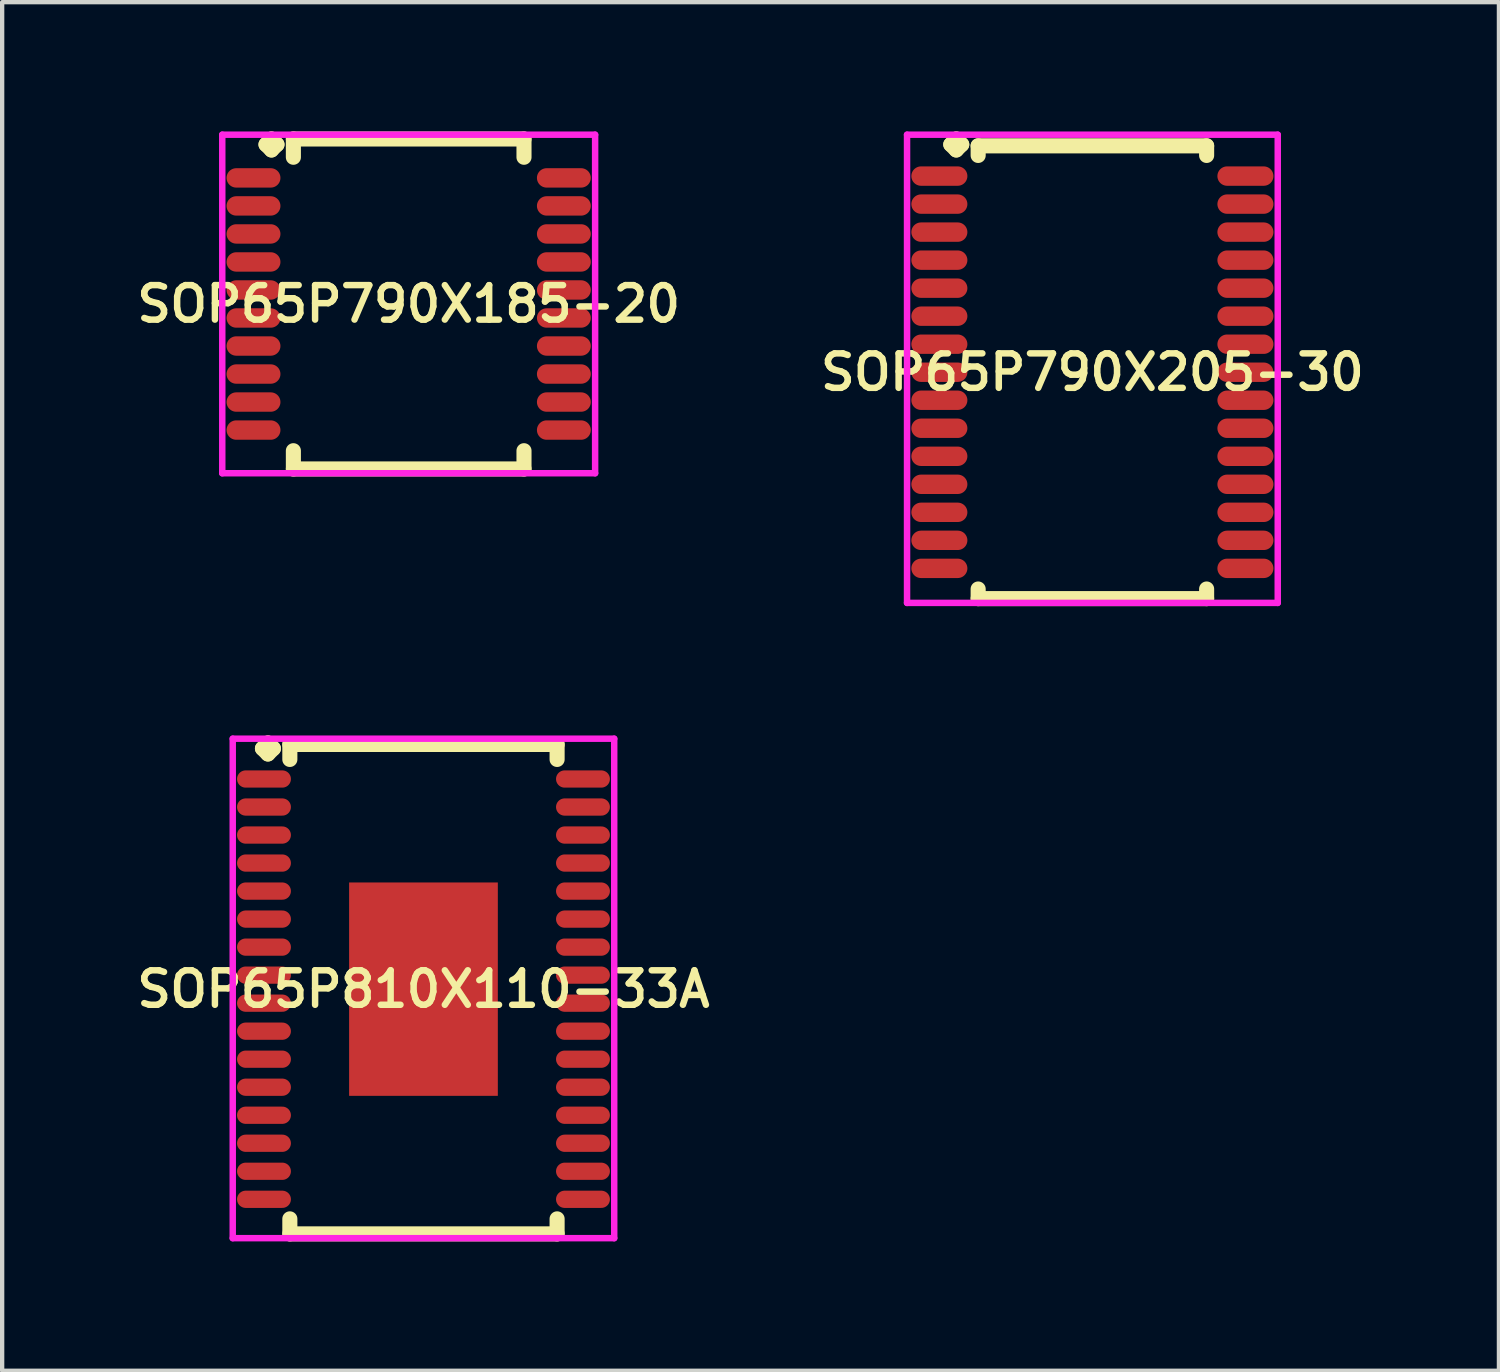
<source format=kicad_pcb>
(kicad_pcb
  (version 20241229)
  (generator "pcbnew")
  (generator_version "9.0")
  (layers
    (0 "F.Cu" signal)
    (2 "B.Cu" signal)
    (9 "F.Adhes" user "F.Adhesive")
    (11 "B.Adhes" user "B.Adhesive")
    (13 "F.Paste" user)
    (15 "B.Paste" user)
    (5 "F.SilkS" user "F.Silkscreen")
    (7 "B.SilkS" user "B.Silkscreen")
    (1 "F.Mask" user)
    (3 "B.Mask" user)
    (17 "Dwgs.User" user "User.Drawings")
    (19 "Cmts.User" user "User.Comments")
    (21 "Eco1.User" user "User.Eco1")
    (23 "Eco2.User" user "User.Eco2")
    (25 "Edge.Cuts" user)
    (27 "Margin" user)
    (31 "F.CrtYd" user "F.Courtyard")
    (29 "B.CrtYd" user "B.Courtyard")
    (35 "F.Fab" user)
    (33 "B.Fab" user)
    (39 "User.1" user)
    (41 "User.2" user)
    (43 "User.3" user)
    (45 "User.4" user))
  (footprint "SOP65P810X110-33A"
    (layer "F.Cu")
    (at 6.774 19.897)
    (property "Reference" "SOP65P810X110-33A" (at 0 0 0) (layer "F.SilkS") (effects (font (size 0.8 0.8) (thickness 0.15))))
    (attr smd)
    (fp_line (start -3.735 -5.583) (end -3.608 -5.71) (stroke (width 0.35) (type solid)) (layer "F.SilkS"))
    (fp_line (start -3.608 -5.71) (end -3.481 -5.583) (stroke (width 0.35) (type solid)) (layer "F.SilkS"))
    (fp_line (start -3.608 -5.456) (end -3.735 -5.583) (stroke (width 0.35) (type solid)) (layer "F.SilkS"))
    (fp_line (start -3.481 -5.583) (end -3.608 -5.456) (stroke (width 0.35) (type solid)) (layer "F.SilkS"))
    (fp_line (start -3.1 -5.677) (end 3.1 -5.677) (stroke (width 0.35) (type solid)) (layer "F.SilkS"))
    (fp_line (start -3.1 -5.329) (end -3.1 -5.677) (stroke (width 0.35) (type solid)) (layer "F.SilkS"))
    (fp_line (start -3.1 5.329) (end -3.1 5.677) (stroke (width 0.35) (type solid)) (layer "F.SilkS"))
    (fp_line (start -3.1 5.677) (end 3.1 5.677) (stroke (width 0.35) (type solid)) (layer "F.SilkS"))
    (fp_line (start 3.1 -5.677) (end 3.1 -5.329) (stroke (width 0.35) (type solid)) (layer "F.SilkS"))
    (fp_line (start 3.1 5.677) (end 3.1 5.329) (stroke (width 0.35) (type solid)) (layer "F.SilkS"))
    (fp_line (start -4.425 -5.81) (end 4.425 -5.81) (stroke (width 0.15) (type solid)) (layer "F.CrtYd"))
    (fp_line (start -4.425 5.777) (end -4.425 -5.81) (stroke (width 0.15) (type solid)) (layer "F.CrtYd"))
    (fp_line (start 4.425 -5.81) (end 4.425 5.777) (stroke (width 0.15) (type solid)) (layer "F.CrtYd"))
    (fp_line (start 4.425 5.777) (end -4.425 5.777) (stroke (width 0.15) (type solid)) (layer "F.CrtYd"))
    (pad "1" smd oval (at -3.7 -4.875) (size 1.25 0.4) (layers "F.Cu" "F.Mask" "F.Paste"))
    (pad "2" smd oval (at -3.7 -4.225) (size 1.25 0.4) (layers "F.Cu" "F.Mask" "F.Paste"))
    (pad "3" smd oval (at -3.7 -3.575) (size 1.25 0.4) (layers "F.Cu" "F.Mask" "F.Paste"))
    (pad "4" smd oval (at -3.7 -2.925) (size 1.25 0.4) (layers "F.Cu" "F.Mask" "F.Paste"))
    (pad "5" smd oval (at -3.7 -2.275) (size 1.25 0.4) (layers "F.Cu" "F.Mask" "F.Paste"))
    (pad "6" smd oval (at -3.7 -1.625) (size 1.25 0.4) (layers "F.Cu" "F.Mask" "F.Paste"))
    (pad "7" smd oval (at -3.7 -0.975) (size 1.25 0.4) (layers "F.Cu" "F.Mask" "F.Paste"))
    (pad "8" smd oval (at -3.7 -0.325) (size 1.25 0.4) (layers "F.Cu" "F.Mask" "F.Paste"))
    (pad "9" smd oval (at -3.7 0.325) (size 1.25 0.4) (layers "F.Cu" "F.Mask" "F.Paste"))
    (pad "10" smd oval (at -3.7 0.975) (size 1.25 0.4) (layers "F.Cu" "F.Mask" "F.Paste"))
    (pad "11" smd oval (at -3.7 1.625) (size 1.25 0.4) (layers "F.Cu" "F.Mask" "F.Paste"))
    (pad "12" smd oval (at -3.7 2.275) (size 1.25 0.4) (layers "F.Cu" "F.Mask" "F.Paste"))
    (pad "13" smd oval (at -3.7 2.925) (size 1.25 0.4) (layers "F.Cu" "F.Mask" "F.Paste"))
    (pad "14" smd oval (at -3.7 3.575) (size 1.25 0.4) (layers "F.Cu" "F.Mask" "F.Paste"))
    (pad "15" smd oval (at -3.7 4.225) (size 1.25 0.4) (layers "F.Cu" "F.Mask" "F.Paste"))
    (pad "16" smd oval (at -3.7 4.875) (size 1.25 0.4) (layers "F.Cu" "F.Mask" "F.Paste"))
    (pad "17" smd oval (at 3.7 4.875) (size 1.25 0.4) (layers "F.Cu" "F.Mask" "F.Paste"))
    (pad "18" smd oval (at 3.7 4.225) (size 1.25 0.4) (layers "F.Cu" "F.Mask" "F.Paste"))
    (pad "19" smd oval (at 3.7 3.575) (size 1.25 0.4) (layers "F.Cu" "F.Mask" "F.Paste"))
    (pad "20" smd oval (at 3.7 2.925) (size 1.25 0.4) (layers "F.Cu" "F.Mask" "F.Paste"))
    (pad "21" smd oval (at 3.7 2.275) (size 1.25 0.4) (layers "F.Cu" "F.Mask" "F.Paste"))
    (pad "22" smd oval (at 3.7 1.625) (size 1.25 0.4) (layers "F.Cu" "F.Mask" "F.Paste"))
    (pad "23" smd oval (at 3.7 0.975) (size 1.25 0.4) (layers "F.Cu" "F.Mask" "F.Paste"))
    (pad "24" smd oval (at 3.7 0.325) (size 1.25 0.4) (layers "F.Cu" "F.Mask" "F.Paste"))
    (pad "25" smd oval (at 3.7 -0.325) (size 1.25 0.4) (layers "F.Cu" "F.Mask" "F.Paste"))
    (pad "26" smd oval (at 3.7 -0.975) (size 1.25 0.4) (layers "F.Cu" "F.Mask" "F.Paste"))
    (pad "27" smd oval (at 3.7 -1.625) (size 1.25 0.4) (layers "F.Cu" "F.Mask" "F.Paste"))
    (pad "28" smd oval (at 3.7 -2.275) (size 1.25 0.4) (layers "F.Cu" "F.Mask" "F.Paste"))
    (pad "29" smd oval (at 3.7 -2.925) (size 1.25 0.4) (layers "F.Cu" "F.Mask" "F.Paste"))
    (pad "30" smd oval (at 3.7 -3.575) (size 1.25 0.4) (layers "F.Cu" "F.Mask" "F.Paste"))
    (pad "31" smd oval (at 3.7 -4.225) (size 1.25 0.4) (layers "F.Cu" "F.Mask" "F.Paste"))
    (pad "32" smd oval (at 3.7 -4.875) (size 1.25 0.4) (layers "F.Cu" "F.Mask" "F.Paste"))
    (pad "33" smd rect (at 0 0) (size 3.45 4.95) (layers "F.Cu" "F.Mask" "F.Paste")))
  (footprint "SOP65P790X185-20"
    (layer "F.Cu")
    (at 6.431 4.002)
    (property "Reference" "SOP65P790X185-20" (at 0 0 0) (layer "F.SilkS") (effects (font (size 0.8 0.8) (thickness 0.15))))
    (attr smd)
    (fp_line (start -3.31 -3.7) (end -3.183 -3.827) (stroke (width 0.35) (type solid)) (layer "F.SilkS"))
    (fp_line (start -3.183 -3.827) (end -3.056 -3.7) (stroke (width 0.35) (type solid)) (layer "F.SilkS"))
    (fp_line (start -3.183 -3.573) (end -3.31 -3.7) (stroke (width 0.35) (type solid)) (layer "F.SilkS"))
    (fp_line (start -3.056 -3.7) (end -3.183 -3.573) (stroke (width 0.35) (type solid)) (layer "F.SilkS"))
    (fp_line (start -2.675 -3.827) (end 2.675 -3.827) (stroke (width 0.35) (type solid)) (layer "F.SilkS"))
    (fp_line (start -2.675 -3.404) (end -2.675 -3.827) (stroke (width 0.35) (type solid)) (layer "F.SilkS"))
    (fp_line (start -2.675 3.404) (end -2.675 3.827) (stroke (width 0.35) (type solid)) (layer "F.SilkS"))
    (fp_line (start -2.675 3.827) (end 2.675 3.827) (stroke (width 0.35) (type solid)) (layer "F.SilkS"))
    (fp_line (start 2.675 -3.827) (end 2.675 -3.404) (stroke (width 0.35) (type solid)) (layer "F.SilkS"))
    (fp_line (start 2.675 3.827) (end 2.675 3.404) (stroke (width 0.35) (type solid)) (layer "F.SilkS"))
    (fp_line (start -4.325 -3.927) (end 4.325 -3.927) (stroke (width 0.15) (type solid)) (layer "F.CrtYd"))
    (fp_line (start -4.325 3.927) (end -4.325 -3.927) (stroke (width 0.15) (type solid)) (layer "F.CrtYd"))
    (fp_line (start 4.325 -3.927) (end 4.325 3.927) (stroke (width 0.15) (type solid)) (layer "F.CrtYd"))
    (fp_line (start 4.325 3.927) (end -4.325 3.927) (stroke (width 0.15) (type solid)) (layer "F.CrtYd"))
    (pad "1" smd oval (at -3.6 -2.925) (size 1.25 0.45) (layers "F.Cu" "F.Mask" "F.Paste"))
    (pad "2" smd oval (at -3.6 -2.275) (size 1.25 0.45) (layers "F.Cu" "F.Mask" "F.Paste"))
    (pad "3" smd oval (at -3.6 -1.625) (size 1.25 0.45) (layers "F.Cu" "F.Mask" "F.Paste"))
    (pad "4" smd oval (at -3.6 -0.975) (size 1.25 0.45) (layers "F.Cu" "F.Mask" "F.Paste"))
    (pad "5" smd oval (at -3.6 -0.325) (size 1.25 0.45) (layers "F.Cu" "F.Mask" "F.Paste"))
    (pad "6" smd oval (at -3.6 0.325) (size 1.25 0.45) (layers "F.Cu" "F.Mask" "F.Paste"))
    (pad "7" smd oval (at -3.6 0.975) (size 1.25 0.45) (layers "F.Cu" "F.Mask" "F.Paste"))
    (pad "8" smd oval (at -3.6 1.625) (size 1.25 0.45) (layers "F.Cu" "F.Mask" "F.Paste"))
    (pad "9" smd oval (at -3.6 2.275) (size 1.25 0.45) (layers "F.Cu" "F.Mask" "F.Paste"))
    (pad "10" smd oval (at -3.6 2.925) (size 1.25 0.45) (layers "F.Cu" "F.Mask" "F.Paste"))
    (pad "11" smd oval (at 3.6 2.925) (size 1.25 0.45) (layers "F.Cu" "F.Mask" "F.Paste"))
    (pad "12" smd oval (at 3.6 2.275) (size 1.25 0.45) (layers "F.Cu" "F.Mask" "F.Paste"))
    (pad "13" smd oval (at 3.6 1.625) (size 1.25 0.45) (layers "F.Cu" "F.Mask" "F.Paste"))
    (pad "14" smd oval (at 3.6 0.975) (size 1.25 0.45) (layers "F.Cu" "F.Mask" "F.Paste"))
    (pad "15" smd oval (at 3.6 0.325) (size 1.25 0.45) (layers "F.Cu" "F.Mask" "F.Paste"))
    (pad "16" smd oval (at 3.6 -0.325) (size 1.25 0.45) (layers "F.Cu" "F.Mask" "F.Paste"))
    (pad "17" smd oval (at 3.6 -0.975) (size 1.25 0.45) (layers "F.Cu" "F.Mask" "F.Paste"))
    (pad "18" smd oval (at 3.6 -1.625) (size 1.25 0.45) (layers "F.Cu" "F.Mask" "F.Paste"))
    (pad "19" smd oval (at 3.6 -2.275) (size 1.25 0.45) (layers "F.Cu" "F.Mask" "F.Paste"))
    (pad "20" smd oval (at 3.6 -2.925) (size 1.25 0.45) (layers "F.Cu" "F.Mask" "F.Paste")))
  (footprint "SOP65P790X205-30"
    (layer "F.Cu")
    (at 22.292 5.585)
    (property "Reference" "SOP65P790X205-30" (at 0 0 0) (layer "F.SilkS") (effects (font (size 0.8 0.8) (thickness 0.15))))
    (attr smd)
    (fp_line (start -3.285 -5.283) (end -3.158 -5.41) (stroke (width 0.35) (type solid)) (layer "F.SilkS"))
    (fp_line (start -3.158 -5.41) (end -3.031 -5.283) (stroke (width 0.35) (type solid)) (layer "F.SilkS"))
    (fp_line (start -3.158 -5.156) (end -3.285 -5.283) (stroke (width 0.35) (type solid)) (layer "F.SilkS"))
    (fp_line (start -3.031 -5.283) (end -3.158 -5.156) (stroke (width 0.35) (type solid)) (layer "F.SilkS"))
    (fp_line (start -2.65 -5.252) (end 2.65 -5.252) (stroke (width 0.35) (type solid)) (layer "F.SilkS"))
    (fp_line (start -2.65 -5.029) (end -2.65 -5.252) (stroke (width 0.35) (type solid)) (layer "F.SilkS"))
    (fp_line (start -2.65 5.029) (end -2.65 5.252) (stroke (width 0.35) (type solid)) (layer "F.SilkS"))
    (fp_line (start -2.65 5.252) (end 2.65 5.252) (stroke (width 0.35) (type solid)) (layer "F.SilkS"))
    (fp_line (start 2.65 -5.252) (end 2.65 -5.029) (stroke (width 0.35) (type solid)) (layer "F.SilkS"))
    (fp_line (start 2.65 5.252) (end 2.65 5.029) (stroke (width 0.35) (type solid)) (layer "F.SilkS"))
    (fp_line (start -4.3 -5.51) (end 4.3 -5.51) (stroke (width 0.15) (type solid)) (layer "F.CrtYd"))
    (fp_line (start -4.3 5.352) (end -4.3 -5.51) (stroke (width 0.15) (type solid)) (layer "F.CrtYd"))
    (fp_line (start 4.3 -5.51) (end 4.3 5.352) (stroke (width 0.15) (type solid)) (layer "F.CrtYd"))
    (fp_line (start 4.3 5.352) (end -4.3 5.352) (stroke (width 0.15) (type solid)) (layer "F.CrtYd"))
    (pad "1" smd oval (at -3.55 -4.55) (size 1.3 0.45) (layers "F.Cu" "F.Mask" "F.Paste"))
    (pad "2" smd oval (at -3.55 -3.9) (size 1.3 0.45) (layers "F.Cu" "F.Mask" "F.Paste"))
    (pad "3" smd oval (at -3.55 -3.25) (size 1.3 0.45) (layers "F.Cu" "F.Mask" "F.Paste"))
    (pad "4" smd oval (at -3.55 -2.6) (size 1.3 0.45) (layers "F.Cu" "F.Mask" "F.Paste"))
    (pad "5" smd oval (at -3.55 -1.95) (size 1.3 0.45) (layers "F.Cu" "F.Mask" "F.Paste"))
    (pad "6" smd oval (at -3.55 -1.3) (size 1.3 0.45) (layers "F.Cu" "F.Mask" "F.Paste"))
    (pad "7" smd oval (at -3.55 -0.65) (size 1.3 0.45) (layers "F.Cu" "F.Mask" "F.Paste"))
    (pad "8" smd oval (at -3.55 0) (size 1.3 0.45) (layers "F.Cu" "F.Mask" "F.Paste"))
    (pad "9" smd oval (at -3.55 0.65) (size 1.3 0.45) (layers "F.Cu" "F.Mask" "F.Paste"))
    (pad "10" smd oval (at -3.55 1.3) (size 1.3 0.45) (layers "F.Cu" "F.Mask" "F.Paste"))
    (pad "11" smd oval (at -3.55 1.95) (size 1.3 0.45) (layers "F.Cu" "F.Mask" "F.Paste"))
    (pad "12" smd oval (at -3.55 2.6) (size 1.3 0.45) (layers "F.Cu" "F.Mask" "F.Paste"))
    (pad "13" smd oval (at -3.55 3.25) (size 1.3 0.45) (layers "F.Cu" "F.Mask" "F.Paste"))
    (pad "14" smd oval (at -3.55 3.9) (size 1.3 0.45) (layers "F.Cu" "F.Mask" "F.Paste"))
    (pad "15" smd oval (at -3.55 4.55) (size 1.3 0.45) (layers "F.Cu" "F.Mask" "F.Paste"))
    (pad "16" smd oval (at 3.55 4.55) (size 1.3 0.45) (layers "F.Cu" "F.Mask" "F.Paste"))
    (pad "17" smd oval (at 3.55 3.9) (size 1.3 0.45) (layers "F.Cu" "F.Mask" "F.Paste"))
    (pad "18" smd oval (at 3.55 3.25) (size 1.3 0.45) (layers "F.Cu" "F.Mask" "F.Paste"))
    (pad "19" smd oval (at 3.55 2.6) (size 1.3 0.45) (layers "F.Cu" "F.Mask" "F.Paste"))
    (pad "20" smd oval (at 3.55 1.95) (size 1.3 0.45) (layers "F.Cu" "F.Mask" "F.Paste"))
    (pad "21" smd oval (at 3.55 1.3) (size 1.3 0.45) (layers "F.Cu" "F.Mask" "F.Paste"))
    (pad "22" smd oval (at 3.55 0.65) (size 1.3 0.45) (layers "F.Cu" "F.Mask" "F.Paste"))
    (pad "23" smd oval (at 3.55 0) (size 1.3 0.45) (layers "F.Cu" "F.Mask" "F.Paste"))
    (pad "24" smd oval (at 3.55 -0.65) (size 1.3 0.45) (layers "F.Cu" "F.Mask" "F.Paste"))
    (pad "25" smd oval (at 3.55 -1.3) (size 1.3 0.45) (layers "F.Cu" "F.Mask" "F.Paste"))
    (pad "26" smd oval (at 3.55 -1.95) (size 1.3 0.45) (layers "F.Cu" "F.Mask" "F.Paste"))
    (pad "27" smd oval (at 3.55 -2.6) (size 1.3 0.45) (layers "F.Cu" "F.Mask" "F.Paste"))
    (pad "28" smd oval (at 3.55 -3.25) (size 1.3 0.45) (layers "F.Cu" "F.Mask" "F.Paste"))
    (pad "29" smd oval (at 3.55 -3.9) (size 1.3 0.45) (layers "F.Cu" "F.Mask" "F.Paste"))
    (pad "30" smd oval (at 3.55 -4.55) (size 1.3 0.45) (layers "F.Cu" "F.Mask" "F.Paste")))
  (gr_rect
    (start -3 -3)
    (end 31.723 28.749)
    (stroke (width 0.1) (type default))
    (fill no)
    (layer "Edge.Cuts")))
</source>
